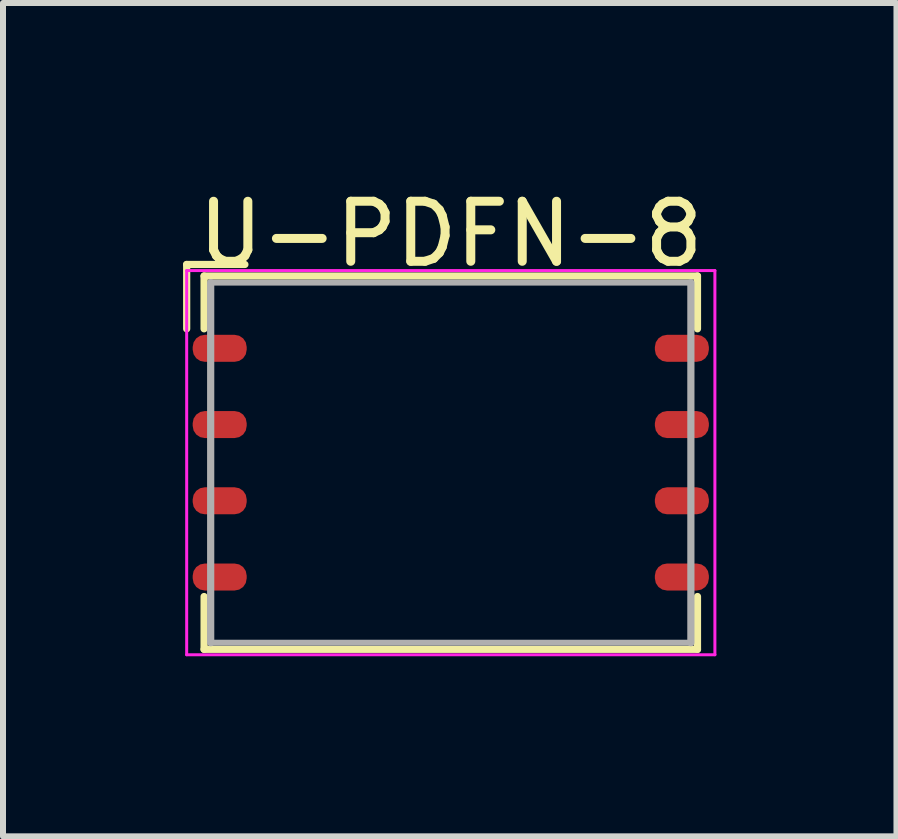
<source format=kicad_pcb>
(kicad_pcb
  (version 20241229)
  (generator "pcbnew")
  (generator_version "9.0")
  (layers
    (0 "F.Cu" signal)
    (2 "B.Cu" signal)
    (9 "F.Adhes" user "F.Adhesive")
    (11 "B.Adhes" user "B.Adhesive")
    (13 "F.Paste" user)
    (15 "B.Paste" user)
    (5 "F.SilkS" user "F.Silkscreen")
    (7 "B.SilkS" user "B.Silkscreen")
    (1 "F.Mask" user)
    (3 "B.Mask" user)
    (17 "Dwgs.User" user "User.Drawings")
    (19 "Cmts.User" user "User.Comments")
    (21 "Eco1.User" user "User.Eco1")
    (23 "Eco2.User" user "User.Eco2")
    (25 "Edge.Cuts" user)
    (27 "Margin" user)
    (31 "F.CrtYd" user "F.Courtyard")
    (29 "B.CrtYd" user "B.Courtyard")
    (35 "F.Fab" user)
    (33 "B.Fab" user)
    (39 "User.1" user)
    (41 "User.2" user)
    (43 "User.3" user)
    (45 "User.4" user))
  (footprint "U-PDFN-8"
    (layer "F.Cu")
    (at 4.46 4.658)
    (property "Reference" "U-PDFN-8" (at 0 -3.81 0) (layer "F.SilkS") (effects (font (size 1 1) (thickness 0.15))))
    (attr smd)
    (fp_line (start -4.4 -3.302) (end -4.4 -2.23) (stroke (width 0.12) (type solid)) (layer "F.SilkS"))
    (fp_line (start -4.4 -3.302) (end -3.43 -3.302) (stroke (width 0.12) (type solid)) (layer "F.SilkS"))
    (fp_line (start -4.11 -3.11) (end -4.11 -2.23) (stroke (width 0.12) (type solid)) (layer "F.SilkS"))
    (fp_line (start -4.11 -3.11) (end 4.11 -3.11) (stroke (width 0.12) (type solid)) (layer "F.SilkS"))
    (fp_line (start -4.11 2.23) (end -4.11 3.11) (stroke (width 0.12) (type solid)) (layer "F.SilkS"))
    (fp_line (start -4.11 3.11) (end 4.11 3.11) (stroke (width 0.12) (type solid)) (layer "F.SilkS"))
    (fp_line (start 4.11 -3.11) (end 4.11 -2.23) (stroke (width 0.12) (type solid)) (layer "F.SilkS"))
    (fp_line (start 4.11 2.23) (end 4.11 3.11) (stroke (width 0.12) (type solid)) (layer "F.SilkS"))
    (fp_line (start -4.4 -3.2) (end -4.4 3.2) (stroke (width 0.05) (type solid)) (layer "F.CrtYd"))
    (fp_line (start -4.4 -3.2) (end 4.4 -3.2) (stroke (width 0.05) (type solid)) (layer "F.CrtYd"))
    (fp_line (start -4.4 3.2) (end 4.4 3.2) (stroke (width 0.05) (type solid)) (layer "F.CrtYd"))
    (fp_line (start 4.4 -3.2) (end 4.4 3.2) (stroke (width 0.05) (type solid)) (layer "F.CrtYd"))
    (fp_line (start -4 -3) (end -4 3) (stroke (width 0.12) (type solid)) (layer "F.Fab"))
    (fp_line (start -4 -3) (end 4 -3) (stroke (width 0.1) (type solid)) (layer "F.Fab"))
    (fp_line (start -4 3) (end 4 3) (stroke (width 0.1) (type solid)) (layer "F.Fab"))
    (fp_line (start 4 -3) (end 4 3) (stroke (width 0.12) (type solid)) (layer "F.Fab"))
    (pad "1" smd roundrect (at -3.85 -1.905) (size 0.9 0.45) (layers "F.Cu" "F.Mask" "F.Paste") (roundrect_rratio 0.45))
    (pad "2" smd roundrect (at -3.85 -0.635) (size 0.9 0.45) (layers "F.Cu" "F.Mask" "F.Paste") (roundrect_rratio 0.45))
    (pad "3" smd roundrect (at -3.85 0.635) (size 0.9 0.45) (layers "F.Cu" "F.Mask" "F.Paste") (roundrect_rratio 0.45))
    (pad "4" smd roundrect (at -3.85 1.905) (size 0.9 0.45) (layers "F.Cu" "F.Mask" "F.Paste") (roundrect_rratio 0.45))
    (pad "5" smd roundrect (at 3.85 1.905) (size 0.9 0.45) (layers "F.Cu" "F.Mask" "F.Paste") (roundrect_rratio 0.45))
    (pad "6" smd roundrect (at 3.85 0.635) (size 0.9 0.45) (layers "F.Cu" "F.Mask" "F.Paste") (roundrect_rratio 0.45))
    (pad "7" smd roundrect (at 3.85 -0.635) (size 0.9 0.45) (layers "F.Cu" "F.Mask" "F.Paste") (roundrect_rratio 0.45))
    (pad "8" smd roundrect (at 3.85 -1.905) (size 0.9 0.45) (layers "F.Cu" "F.Mask" "F.Paste") (roundrect_rratio 0.45)))
  (gr_rect
    (start -3 -3)
    (end 11.885 10.883)
    (stroke (width 0.1) (type default))
    (fill no)
    (layer "Edge.Cuts")))
</source>
